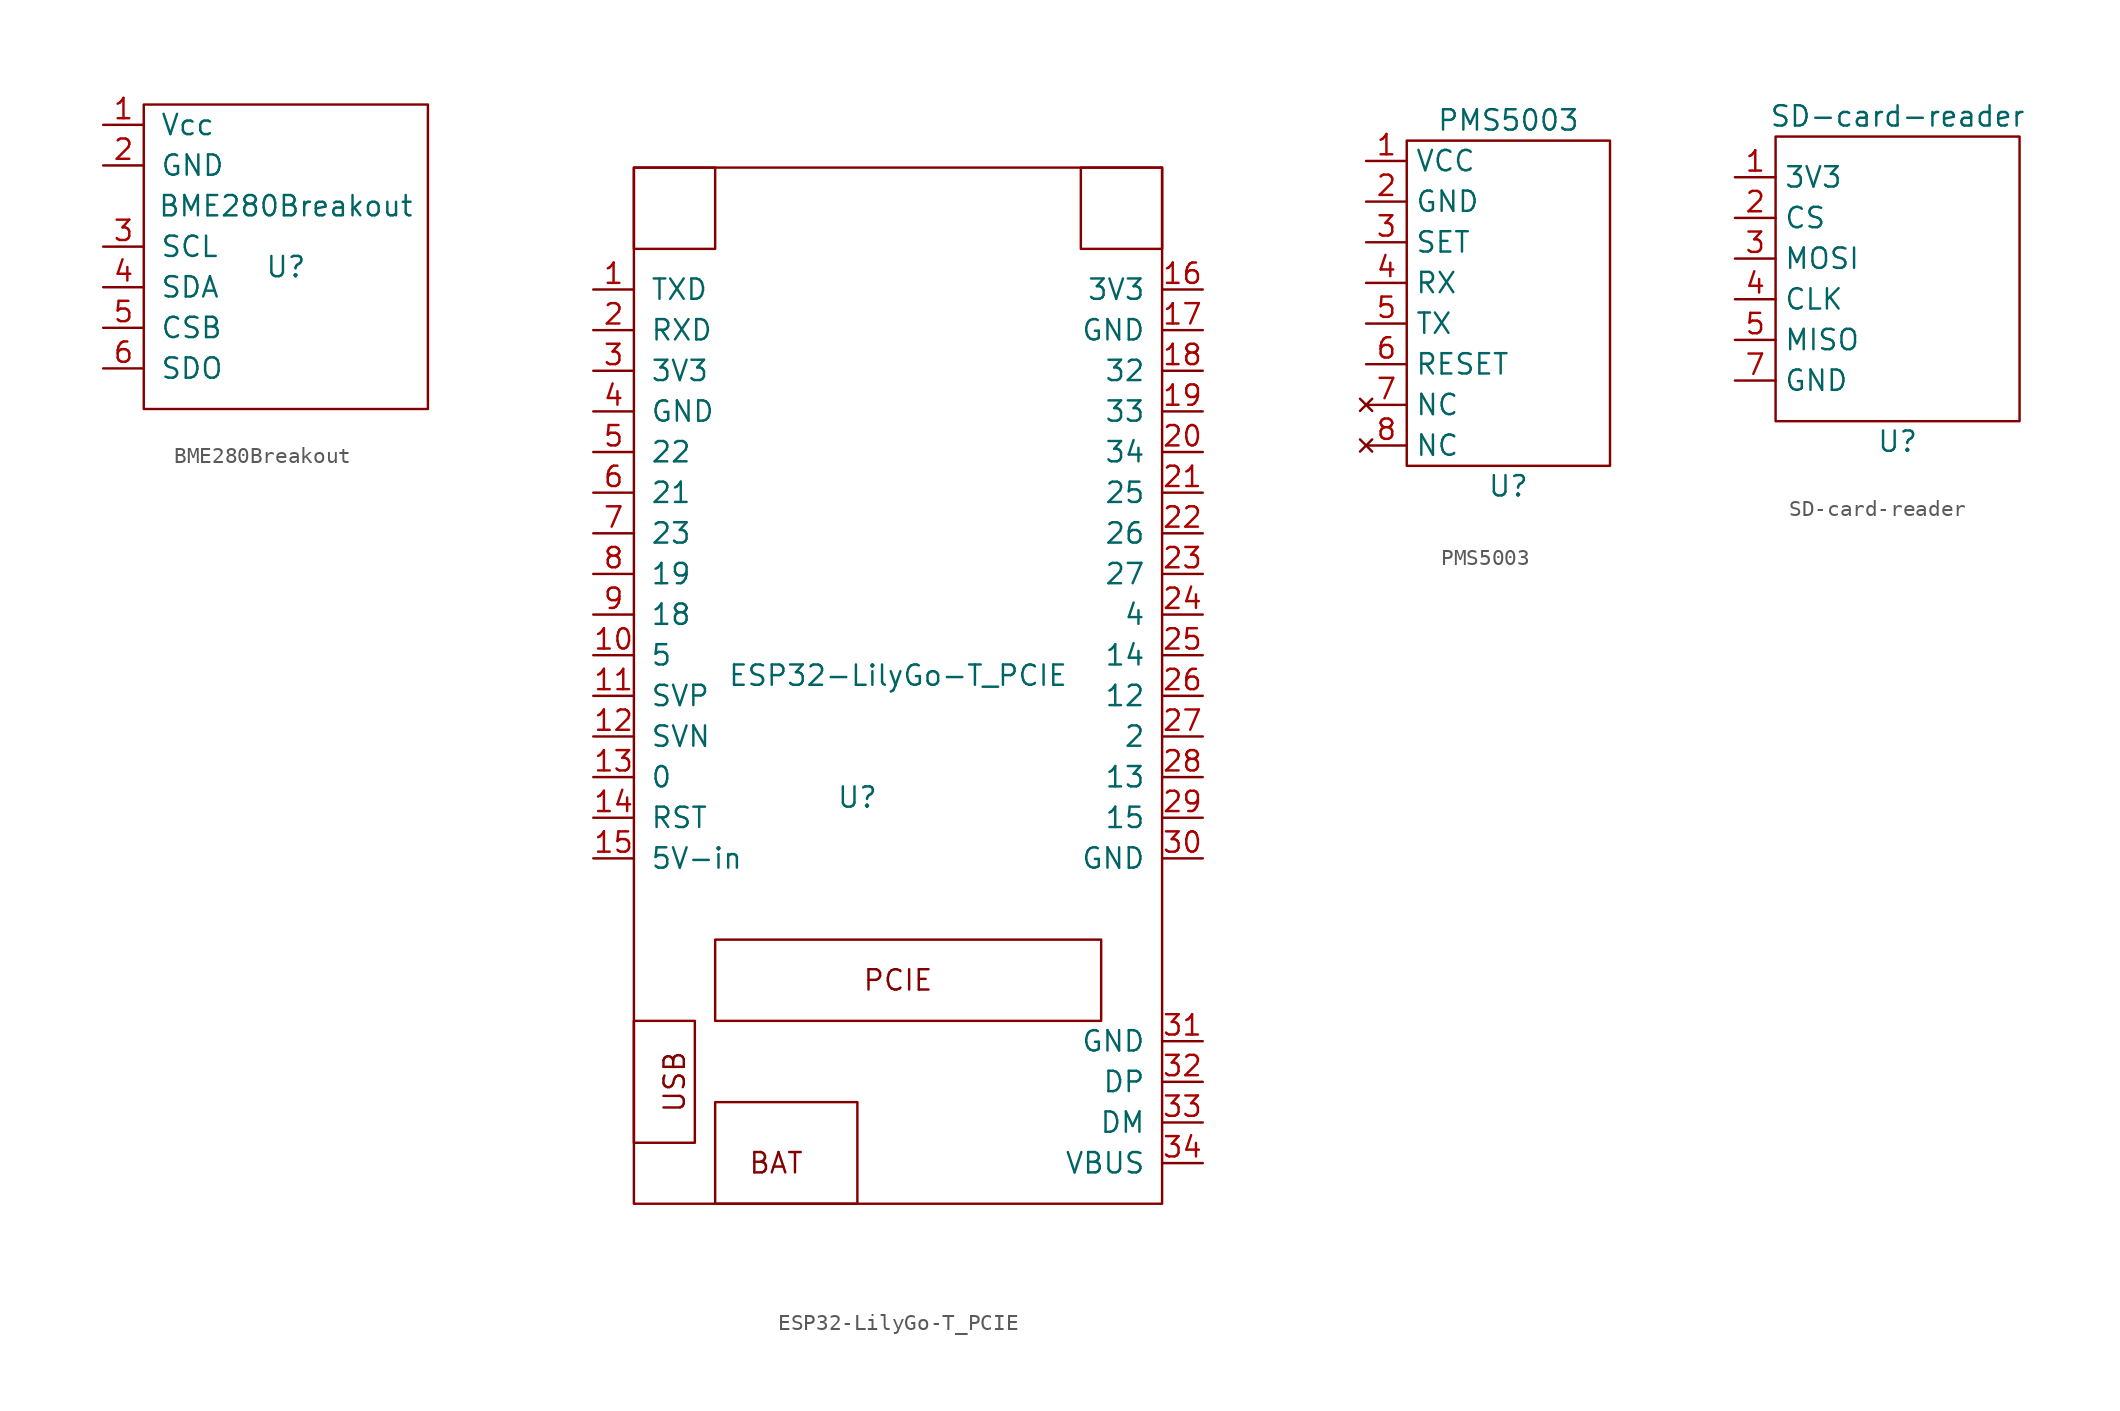
<source format=kicad_sym>
(kicad_symbol_lib
  (version 20211014)
  (generator kicad_symbol_editor)
  (symbol "BME280Breakout"
    (pin_names
      (offset 1.016))
    (property "Reference" "U"
      (at 0 0 0)
      (effects (font (size 1.27 1.27))))
    (property "Value" "BME280Breakout"
      (at 0 3.81 0)
      (effects (font (size 1.27 1.27))))
    (symbol "BME280Breakout_0_1"
      (rectangle (start 8.89 10.16) (end -8.89 -8.89) (stroke (width 0) (type default) (color 0 0 0 0)) (fill (type none))))
    (symbol "BME280Breakout_1_1"
      (pin input line (at -11.43 8.89 0) (length 2.54) (name "Vcc" (effects (font (size 1.27 1.27)))) (number "1" (effects (font (size 1.27 1.27)))))
      (pin input line (at -11.43 6.35 0) (length 2.54) (name "GND" (effects (font (size 1.27 1.27)))) (number "2" (effects (font (size 1.27 1.27)))))
      (pin bidirectional line (at -11.43 1.27 0) (length 2.54) (name "SCL" (effects (font (size 1.27 1.27)))) (number "3" (effects (font (size 1.27 1.27)))))
      (pin bidirectional line (at -11.43 -1.27 0) (length 2.54) (name "SDA" (effects (font (size 1.27 1.27)))) (number "4" (effects (font (size 1.27 1.27)))))
      (pin bidirectional line (at -11.43 -3.81 0) (length 2.54) (name "CSB" (effects (font (size 1.27 1.27)))) (number "5" (effects (font (size 1.27 1.27)))))
      (pin bidirectional line (at -11.43 -6.35 0) (length 2.54) (name "SDO" (effects (font (size 1.27 1.27)))) (number "6" (effects (font (size 1.27 1.27)))))))
  (symbol "ESP32-LilyGo-T_PCIE"
    (pin_names
      (offset 1.016))
    (property "Reference" "U"
      (at -1.27 2.54 0)
      (effects (font (size 1.27 1.27))))
    (property "Value" "ESP32-LilyGo-T_PCIE"
      (at 1.27 10.16 0)
      (effects (font (size 1.27 1.27))))
    (symbol "ESP32-LilyGo-T_PCIE_0_0"
      (text "BAT" (at -6.35 -20.32 0) (effects (font (size 1.27 1.27))))
      (text "PCIE" (at 1.27 -8.89 0) (effects (font (size 1.27 1.27))))
      (text "USB" (at -12.7 -15.24 900) (effects (font (size 1.27 1.27)))))
    (symbol "ESP32-LilyGo-T_PCIE_0_1"
      (rectangle (start -15.24 -11.43) (end -11.43 -19.05) (stroke (width 0) (type default) (color 0 0 0 0)) (fill (type none)))
      (rectangle (start -15.24 41.91) (end -10.16 36.83) (stroke (width 0) (type default) (color 0 0 0 0)) (fill (type none)))
      (rectangle (start -15.24 41.91) (end 17.78 -22.86) (stroke (width 0) (type default) (color 0 0 0 0)) (fill (type none)))
      (rectangle (start -10.16 -22.86) (end -1.27 -16.51) (stroke (width 0) (type default) (color 0 0 0 0)) (fill (type none)))
      (rectangle (start -10.16 -11.43) (end 13.97 -6.35) (stroke (width 0) (type default) (color 0 0 0 0)) (fill (type none)))
      (rectangle (start 17.78 41.91) (end 12.7 36.83) (stroke (width 0) (type default) (color 0 0 0 0)) (fill (type none))))
    (symbol "ESP32-LilyGo-T_PCIE_1_1"
      (pin output line (at -17.78 34.29 0) (length 2.54) (name "TXD" (effects (font (size 1.27 1.27)))) (number "1" (effects (font (size 1.27 1.27)))))
      (pin bidirectional line (at -17.78 11.43 0) (length 2.54) (name "5" (effects (font (size 1.27 1.27)))) (number "10" (effects (font (size 1.27 1.27)))))
      (pin bidirectional line (at -17.78 8.89 0) (length 2.54) (name "SVP" (effects (font (size 1.27 1.27)))) (number "11" (effects (font (size 1.27 1.27)))))
      (pin bidirectional line (at -17.78 6.35 0) (length 2.54) (name "SVN" (effects (font (size 1.27 1.27)))) (number "12" (effects (font (size 1.27 1.27)))))
      (pin bidirectional line (at -17.78 3.81 0) (length 2.54) (name "0" (effects (font (size 1.27 1.27)))) (number "13" (effects (font (size 1.27 1.27)))))
      (pin input line (at -17.78 1.27 0) (length 2.54) (name "RST" (effects (font (size 1.27 1.27)))) (number "14" (effects (font (size 1.27 1.27)))))
      (pin power_in line (at -17.78 -1.27 0) (length 2.54) (name "5V-in" (effects (font (size 1.27 1.27)))) (number "15" (effects (font (size 1.27 1.27)))))
      (pin power_out line (at 20.32 34.29 180) (length 2.54) (name "3V3" (effects (font (size 1.27 1.27)))) (number "16" (effects (font (size 1.27 1.27)))))
      (pin power_out line (at 20.32 31.75 180) (length 2.54) (name "GND" (effects (font (size 1.27 1.27)))) (number "17" (effects (font (size 1.27 1.27)))))
      (pin bidirectional line (at 20.32 29.21 180) (length 2.54) (name "32" (effects (font (size 1.27 1.27)))) (number "18" (effects (font (size 1.27 1.27)))))
      (pin bidirectional line (at 20.32 26.67 180) (length 2.54) (name "33" (effects (font (size 1.27 1.27)))) (number "19" (effects (font (size 1.27 1.27)))))
      (pin input line (at -17.78 31.75 0) (length 2.54) (name "RXD" (effects (font (size 1.27 1.27)))) (number "2" (effects (font (size 1.27 1.27)))))
      (pin bidirectional line (at 20.32 24.13 180) (length 2.54) (name "34" (effects (font (size 1.27 1.27)))) (number "20" (effects (font (size 1.27 1.27)))))
      (pin bidirectional line (at 20.32 21.59 180) (length 2.54) (name "25" (effects (font (size 1.27 1.27)))) (number "21" (effects (font (size 1.27 1.27)))))
      (pin bidirectional line (at 20.32 19.05 180) (length 2.54) (name "26" (effects (font (size 1.27 1.27)))) (number "22" (effects (font (size 1.27 1.27)))))
      (pin bidirectional line (at 20.32 16.51 180) (length 2.54) (name "27" (effects (font (size 1.27 1.27)))) (number "23" (effects (font (size 1.27 1.27)))))
      (pin bidirectional line (at 20.32 13.97 180) (length 2.54) (name "4" (effects (font (size 1.27 1.27)))) (number "24" (effects (font (size 1.27 1.27)))))
      (pin bidirectional line (at 20.32 11.43 180) (length 2.54) (name "14" (effects (font (size 1.27 1.27)))) (number "25" (effects (font (size 1.27 1.27)))))
      (pin bidirectional line (at 20.32 8.89 180) (length 2.54) (name "12" (effects (font (size 1.27 1.27)))) (number "26" (effects (font (size 1.27 1.27)))))
      (pin bidirectional line (at 20.32 6.35 180) (length 2.54) (name "2" (effects (font (size 1.27 1.27)))) (number "27" (effects (font (size 1.27 1.27)))))
      (pin bidirectional line (at 20.32 3.81 180) (length 2.54) (name "13" (effects (font (size 1.27 1.27)))) (number "28" (effects (font (size 1.27 1.27)))))
      (pin bidirectional line (at 20.32 1.27 180) (length 2.54) (name "15" (effects (font (size 1.27 1.27)))) (number "29" (effects (font (size 1.27 1.27)))))
      (pin output line (at -17.78 29.21 0) (length 2.54) (name "3V3" (effects (font (size 1.27 1.27)))) (number "3" (effects (font (size 1.27 1.27)))))
      (pin output line (at 20.32 -1.27 180) (length 2.54) (name "GND" (effects (font (size 1.27 1.27)))) (number "30" (effects (font (size 1.27 1.27)))))
      (pin output line (at 20.32 -12.7 180) (length 2.54) (name "GND" (effects (font (size 1.27 1.27)))) (number "31" (effects (font (size 1.27 1.27)))))
      (pin output line (at 20.32 -15.24 180) (length 2.54) (name "DP" (effects (font (size 1.27 1.27)))) (number "32" (effects (font (size 1.27 1.27)))))
      (pin output line (at 20.32 -17.78 180) (length 2.54) (name "DM" (effects (font (size 1.27 1.27)))) (number "33" (effects (font (size 1.27 1.27)))))
      (pin output line (at 20.32 -20.32 180) (length 2.54) (name "VBUS" (effects (font (size 1.27 1.27)))) (number "34" (effects (font (size 1.27 1.27)))))
      (pin output line (at -17.78 26.67 0) (length 2.54) (name "GND" (effects (font (size 1.27 1.27)))) (number "4" (effects (font (size 1.27 1.27)))))
      (pin bidirectional line (at -17.78 24.13 0) (length 2.54) (name "22" (effects (font (size 1.27 1.27)))) (number "5" (effects (font (size 1.27 1.27)))))
      (pin bidirectional line (at -17.78 21.59 0) (length 2.54) (name "21" (effects (font (size 1.27 1.27)))) (number "6" (effects (font (size 1.27 1.27)))))
      (pin bidirectional line (at -17.78 19.05 0) (length 2.54) (name "23" (effects (font (size 1.27 1.27)))) (number "7" (effects (font (size 1.27 1.27)))))
      (pin bidirectional line (at -17.78 16.51 0) (length 2.54) (name "19" (effects (font (size 1.27 1.27)))) (number "8" (effects (font (size 1.27 1.27)))))
      (pin bidirectional line (at -17.78 13.97 0) (length 2.54) (name "18" (effects (font (size 1.27 1.27)))) (number "9" (effects (font (size 1.27 1.27)))))))
  (symbol "PMS5003"
    (property "Reference" "U"
      (at 0 -12.7 0)
      (effects (font (size 1.27 1.27))))
    (property "Value" "PMS5003"
      (at 0 10.16 0)
      (effects (font (size 1.27 1.27))))
    (symbol "PMS5003_0_1"
      (rectangle (start -6.35 8.89) (end 6.35 -11.43) (stroke (width 0) (type default) (color 0 0 0 0)) (fill (type none))))
    (symbol "PMS5003_1_1"
      (pin power_in line (at -8.89 7.62 0) (length 2.54) (name "VCC" (effects (font (size 1.27 1.27)))) (number "1" (effects (font (size 1.27 1.27)))))
      (pin power_in line (at -8.89 5.08 0) (length 2.54) (name "GND" (effects (font (size 1.27 1.27)))) (number "2" (effects (font (size 1.27 1.27)))))
      (pin input line (at -8.89 2.54 0) (length 2.54) (name "SET" (effects (font (size 1.27 1.27)))) (number "3" (effects (font (size 1.27 1.27)))))
      (pin input line (at -8.89 0 0) (length 2.54) (name "RX" (effects (font (size 1.27 1.27)))) (number "4" (effects (font (size 1.27 1.27)))))
      (pin output line (at -8.89 -2.54 0) (length 2.54) (name "TX" (effects (font (size 1.27 1.27)))) (number "5" (effects (font (size 1.27 1.27)))))
      (pin input line (at -8.89 -5.08 0) (length 2.54) (name "RESET" (effects (font (size 1.27 1.27)))) (number "6" (effects (font (size 1.27 1.27)))))
      (pin no_connect line (at -8.89 -7.62 0) (length 2.54) (name "NC" (effects (font (size 1.27 1.27)))) (number "7" (effects (font (size 1.27 1.27)))))
      (pin no_connect line (at -8.89 -10.16 0) (length 2.54) (name "NC" (effects (font (size 1.27 1.27)))) (number "8" (effects (font (size 1.27 1.27)))))))
  (symbol "SD-card-reader"
    (property "Reference" "U"
      (at 0 -11.43 0)
      (effects (font (size 1.27 1.27))))
    (property "Value" "SD-card-reader"
      (at 0 8.89 0)
      (effects (font (size 1.27 1.27))))
    (symbol "SD-card-reader_0_1"
      (rectangle (start -7.62 7.62) (end 7.62 -10.16) (stroke (width 0) (type default) (color 0 0 0 0)) (fill (type none))))
    (symbol "SD-card-reader_1_1"
      (pin power_in line (at -10.16 5.08 0) (length 2.54) (name "3V3" (effects (font (size 1.27 1.27)))) (number "1" (effects (font (size 1.27 1.27)))))
      (pin input line (at -10.16 2.54 0) (length 2.54) (name "CS" (effects (font (size 1.27 1.27)))) (number "2" (effects (font (size 1.27 1.27)))))
      (pin input line (at -10.16 0 0) (length 2.54) (name "MOSI" (effects (font (size 1.27 1.27)))) (number "3" (effects (font (size 1.27 1.27)))))
      (pin input line (at -10.16 -2.54 0) (length 2.54) (name "CLK" (effects (font (size 1.27 1.27)))) (number "4" (effects (font (size 1.27 1.27)))))
      (pin output line (at -10.16 -5.08 0) (length 2.54) (name "MISO" (effects (font (size 1.27 1.27)))) (number "5" (effects (font (size 1.27 1.27)))))
      (pin power_in line (at -10.16 -7.62 0) (length 2.54) (name "GND" (effects (font (size 1.27 1.27)))) (number "7" (effects (font (size 1.27 1.27))))))))
</source>
